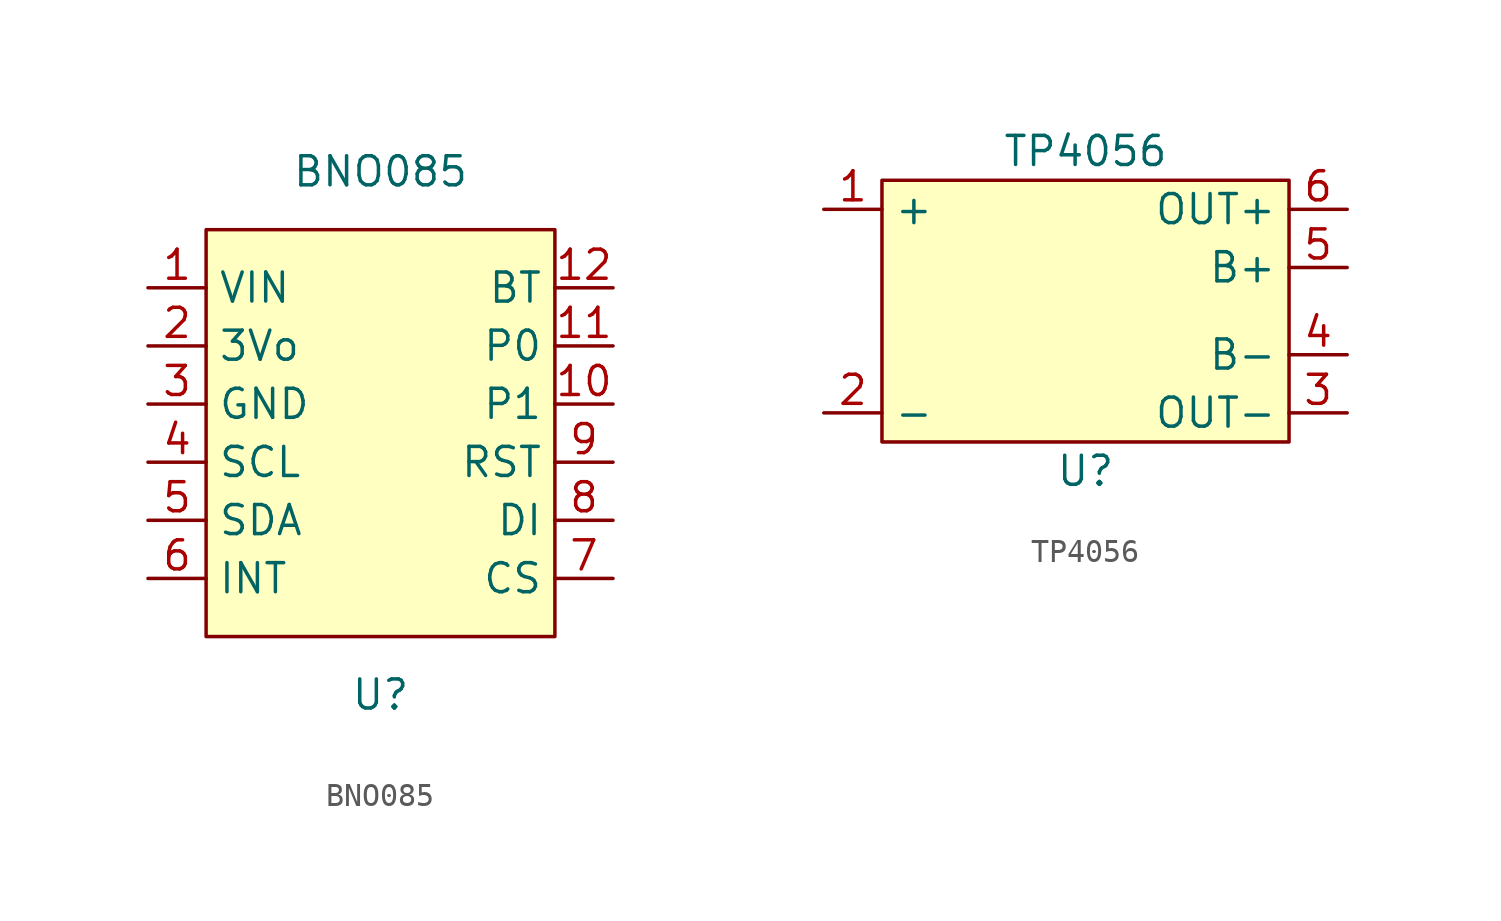
<source format=kicad_sym>
(kicad_symbol_lib
  (version 20211014)
  (generator kicad_symbol_editor)
  (symbol "BNO085"
    (property "Reference" "U"
      (at 0 -22.86 0)
      (effects (font (size 1.27 1.27))))
    (property "Value" "BNO085"
      (at 0 0 0)
      (effects (font (size 1.27 1.27))))
    (symbol "BNO085_0_1"
      (rectangle (start -7.62 -2.54) (end 7.62 -20.32) (stroke (width 0) (type default) (color 0 0 0 0)) (fill (type background))))
    (symbol "BNO085_1_1"
      (pin power_in line (at -10.16 -5.08 0) (length 2.54) (name "VIN" (effects (font (size 1.27 1.27)))) (number "1" (effects (font (size 1.27 1.27)))))
      (pin input line (at 10.16 -10.16 180) (length 2.54) (name "P1" (effects (font (size 1.27 1.27)))) (number "10" (effects (font (size 1.27 1.27)))))
      (pin input line (at 10.16 -7.62 180) (length 2.54) (name "P0" (effects (font (size 1.27 1.27)))) (number "11" (effects (font (size 1.27 1.27)))))
      (pin input line (at 10.16 -5.08 180) (length 2.54) (name "BT" (effects (font (size 1.27 1.27)))) (number "12" (effects (font (size 1.27 1.27)))))
      (pin power_out line (at -10.16 -7.62 0) (length 2.54) (name "3Vo" (effects (font (size 1.27 1.27)))) (number "2" (effects (font (size 1.27 1.27)))))
      (pin power_in line (at -10.16 -10.16 0) (length 2.54) (name "GND" (effects (font (size 1.27 1.27)))) (number "3" (effects (font (size 1.27 1.27)))))
      (pin bidirectional line (at -10.16 -12.7 0) (length 2.54) (name "SCL" (effects (font (size 1.27 1.27)))) (number "4" (effects (font (size 1.27 1.27)))))
      (pin bidirectional line (at -10.16 -15.24 0) (length 2.54) (name "SDA" (effects (font (size 1.27 1.27)))) (number "5" (effects (font (size 1.27 1.27)))))
      (pin output line (at -10.16 -17.78 0) (length 2.54) (name "INT" (effects (font (size 1.27 1.27)))) (number "6" (effects (font (size 1.27 1.27)))))
      (pin input line (at 10.16 -17.78 180) (length 2.54) (name "CS" (effects (font (size 1.27 1.27)))) (number "7" (effects (font (size 1.27 1.27)))))
      (pin input line (at 10.16 -15.24 180) (length 2.54) (name "DI" (effects (font (size 1.27 1.27)))) (number "8" (effects (font (size 1.27 1.27)))))
      (pin input line (at 10.16 -12.7 180) (length 2.54) (name "RST" (effects (font (size 1.27 1.27)))) (number "9" (effects (font (size 1.27 1.27)))))))
  (symbol "TP4056"
    (property "Reference" "U"
      (at 0 -13.97 0)
      (effects (font (size 1.27 1.27))))
    (property "Value" "TP4056"
      (at 0 0 0)
      (effects (font (size 1.27 1.27))))
    (symbol "TP4056_0_1"
      (rectangle (start -8.89 -1.27) (end 8.89 -12.7) (stroke (width 0) (type default) (color 0 0 0 0)) (fill (type background))))
    (symbol "TP4056_1_1"
      (pin power_in line (at -11.43 -2.54 0) (length 2.54) (name "+" (effects (font (size 1.27 1.27)))) (number "1" (effects (font (size 1.27 1.27)))))
      (pin power_in line (at -11.43 -11.43 0) (length 2.54) (name "-" (effects (font (size 1.27 1.27)))) (number "2" (effects (font (size 1.27 1.27)))))
      (pin power_out line (at 11.43 -11.43 180) (length 2.54) (name "OUT-" (effects (font (size 1.27 1.27)))) (number "3" (effects (font (size 1.27 1.27)))))
      (pin passive line (at 11.43 -8.89 180) (length 2.54) (name "B-" (effects (font (size 1.27 1.27)))) (number "4" (effects (font (size 1.27 1.27)))))
      (pin passive line (at 11.43 -5.08 180) (length 2.54) (name "B+" (effects (font (size 1.27 1.27)))) (number "5" (effects (font (size 1.27 1.27)))))
      (pin power_out line (at 11.43 -2.54 180) (length 2.54) (name "OUT+" (effects (font (size 1.27 1.27)))) (number "6" (effects (font (size 1.27 1.27))))))))
</source>
